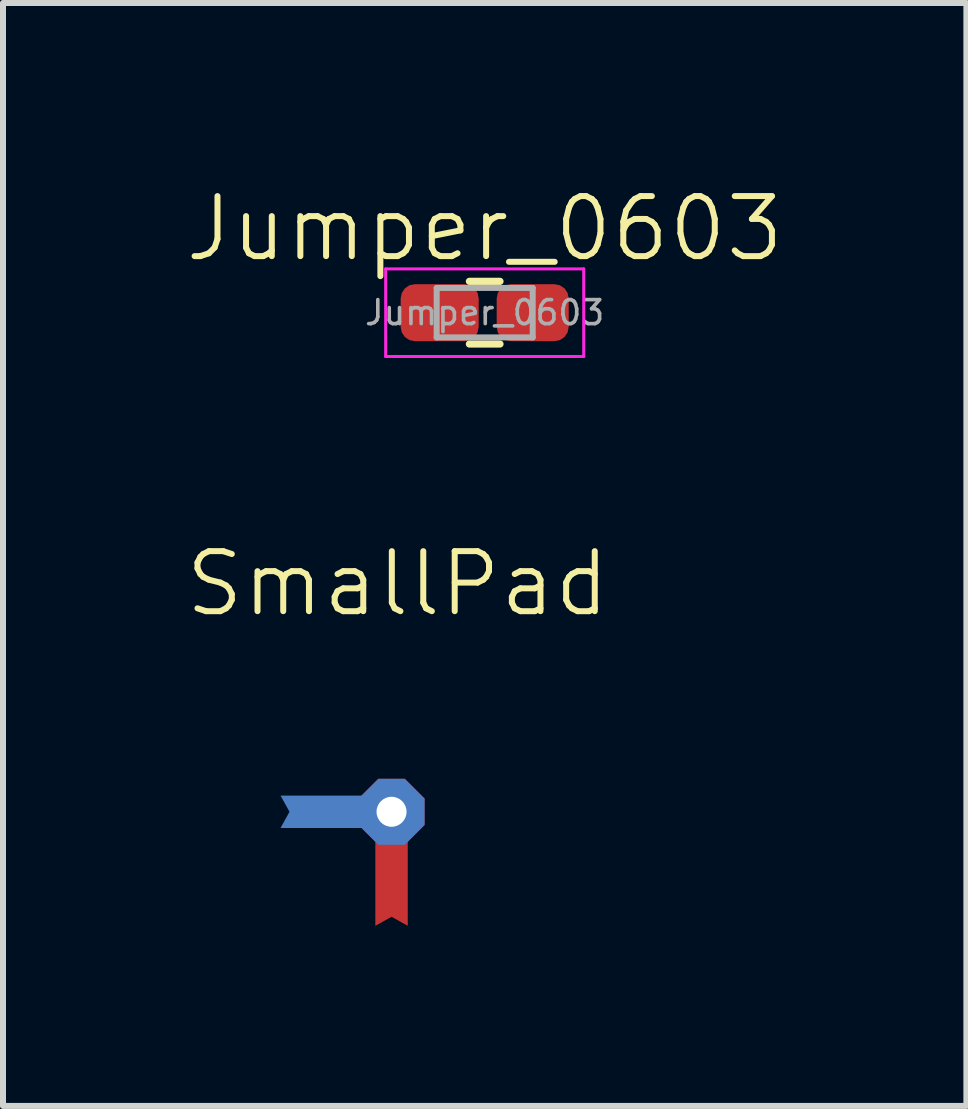
<source format=kicad_pcb>
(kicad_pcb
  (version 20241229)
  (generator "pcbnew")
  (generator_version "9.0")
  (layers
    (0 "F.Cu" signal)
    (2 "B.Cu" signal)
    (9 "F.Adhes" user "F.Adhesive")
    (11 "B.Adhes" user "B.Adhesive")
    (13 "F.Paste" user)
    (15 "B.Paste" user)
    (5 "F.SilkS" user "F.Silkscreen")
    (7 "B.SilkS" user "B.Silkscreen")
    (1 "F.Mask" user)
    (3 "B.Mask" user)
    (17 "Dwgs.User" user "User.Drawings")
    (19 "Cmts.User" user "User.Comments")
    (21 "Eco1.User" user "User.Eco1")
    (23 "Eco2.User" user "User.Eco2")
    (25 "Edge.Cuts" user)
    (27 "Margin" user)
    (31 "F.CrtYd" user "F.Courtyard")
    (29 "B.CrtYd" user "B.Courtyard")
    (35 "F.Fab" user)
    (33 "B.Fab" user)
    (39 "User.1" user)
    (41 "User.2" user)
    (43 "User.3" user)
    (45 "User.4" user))
  (footprint "Jumper_0603"
    (layer "F.Cu")
    (at 5.026 2.16)
    (property "Reference" "Jumper_0603" (at 0 -1.4 0) (unlocked yes) (layer "F.SilkS") (effects (font (size 1 1) (thickness 0.1))))
    (attr smd)
    (fp_line (start -0.255 -0.522) (end 0.255 -0.522) (stroke (width 0.12) (type solid)) (layer "F.SilkS"))
    (fp_line (start -0.255 0.522) (end 0.255 0.522) (stroke (width 0.12) (type solid)) (layer "F.SilkS"))
    (fp_line (start -1.65 -0.73) (end 1.65 -0.73) (stroke (width 0.05) (type solid)) (layer "F.CrtYd"))
    (fp_line (start -1.65 0.73) (end -1.65 -0.73) (stroke (width 0.05) (type solid)) (layer "F.CrtYd"))
    (fp_line (start 1.65 -0.73) (end 1.65 0.73) (stroke (width 0.05) (type solid)) (layer "F.CrtYd"))
    (fp_line (start 1.65 0.73) (end -1.65 0.73) (stroke (width 0.05) (type solid)) (layer "F.CrtYd"))
    (fp_line (start -0.8 -0.412) (end 0.8 -0.412) (stroke (width 0.1) (type solid)) (layer "F.Fab"))
    (fp_line (start -0.8 0.412) (end -0.8 -0.412) (stroke (width 0.1) (type solid)) (layer "F.Fab"))
    (fp_line (start 0.8 -0.412) (end 0.8 0.412) (stroke (width 0.1) (type solid)) (layer "F.Fab"))
    (fp_line (start 0.8 0.412) (end -0.8 0.412) (stroke (width 0.1) (type solid)) (layer "F.Fab"))
    (fp_text user "${REFERENCE}" (at 0 0 0) (layer "F.Fab") (effects (font (size 0.4 0.4) (thickness 0.06))))
    (pad "1" smd roundrect (at -0.75 0) (size 1.3 0.95) (layers "F.Cu" "F.Mask" "F.Paste") (roundrect_rratio 0.25))
    (pad "2" smd roundrect (at 0.8 -0.000001) (size 1.2 0.95) (layers "F.Cu" "F.Mask" "F.Paste") (roundrect_rratio 0.25)))
  (footprint "SmallPad"
    (layer "F.Cu")
    (at 3.474 10.476)
    (property "Reference" "SmallPad" (at 0.1 -3.8 0) (unlocked yes) (layer "F.SilkS") (effects (font (size 1 1) (thickness 0.1))))
    (attr through_hole)
    (fp_poly (pts (xy -0.27 0.1) (xy -0.27 1.9) (xy 0 1.75) (xy 0.27 1.9) (xy 0.27 0.1)) (stroke (width 0) (type solid)) (fill yes) (layer "F.Cu"))
    (fp_poly (pts (xy 0.27 1.9) (xy 0 1.75) (xy -0.27 1.9) (xy -0.27 0.44) (xy 0.27 0.44)) (stroke (width 0.001) (type solid)) (fill yes) (layer "F.Mask"))
    (fp_poly (pts (xy -0.05 -0.27) (xy -1.85 -0.27) (xy -1.7 0) (xy -1.85 0.27) (xy -0.05 0.27)) (stroke (width 0) (type solid)) (fill yes) (layer "B.Cu"))
    (fp_poly (pts (xy -1.85 -0.27) (xy -1.7 0) (xy -1.85 0.27) (xy -0.46 0.27) (xy -0.46 -0.27)) (stroke (width 0.0001) (type solid)) (fill yes) (layer "B.Mask"))
    (pad "1" thru_hole roundrect (at 0 0) (size 1.1 1.1) (drill 0.5) (layers "*.Cu" "*.Mask") (roundrect_rratio 0) (chamfer_ratio 0.3) (chamfer top_left top_right bottom_left bottom_right)))
  (gr_rect
    (start -3 -3)
    (end 13.052 15.377)
    (stroke (width 0.1) (type default))
    (fill no)
    (layer "Edge.Cuts")))
</source>
